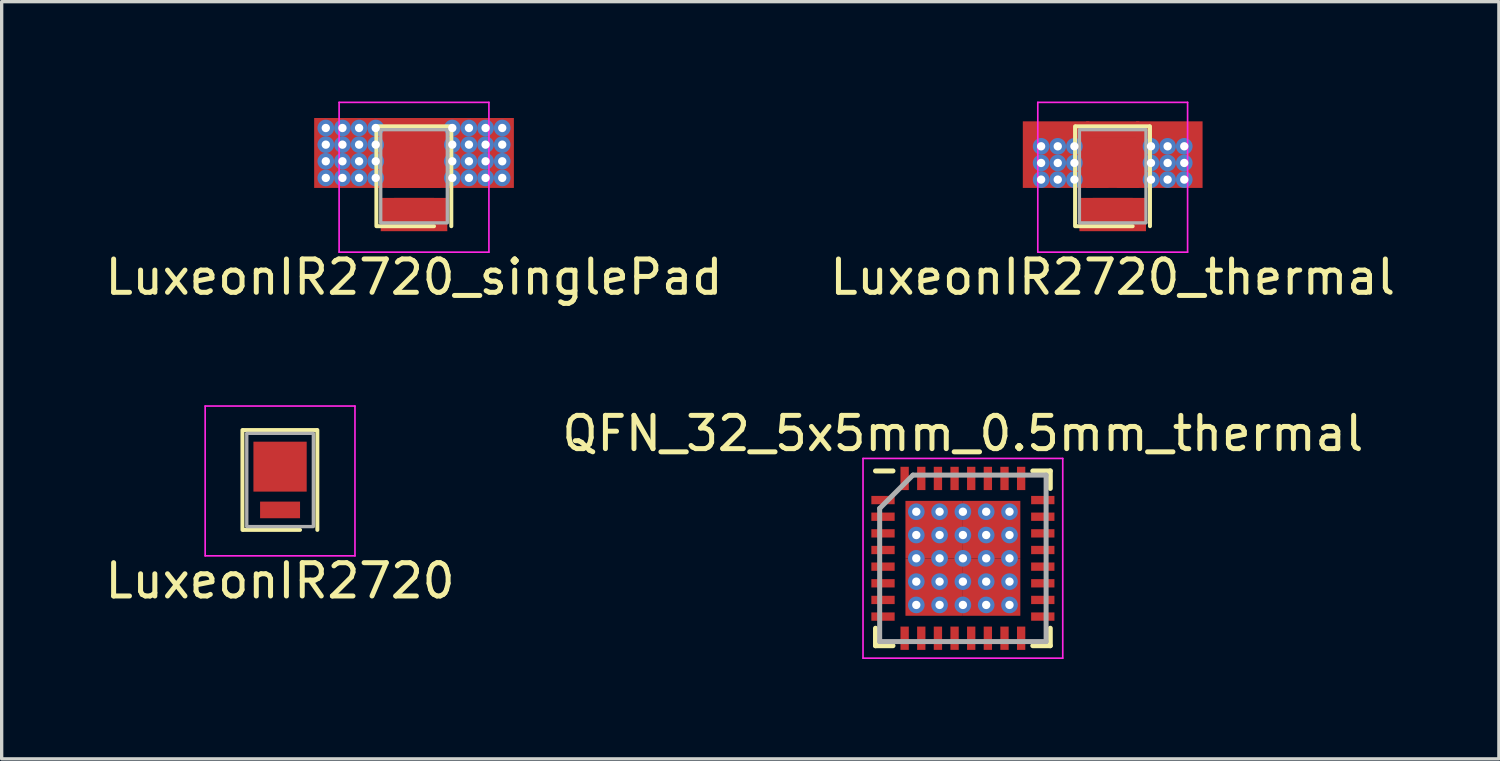
<source format=kicad_pcb>
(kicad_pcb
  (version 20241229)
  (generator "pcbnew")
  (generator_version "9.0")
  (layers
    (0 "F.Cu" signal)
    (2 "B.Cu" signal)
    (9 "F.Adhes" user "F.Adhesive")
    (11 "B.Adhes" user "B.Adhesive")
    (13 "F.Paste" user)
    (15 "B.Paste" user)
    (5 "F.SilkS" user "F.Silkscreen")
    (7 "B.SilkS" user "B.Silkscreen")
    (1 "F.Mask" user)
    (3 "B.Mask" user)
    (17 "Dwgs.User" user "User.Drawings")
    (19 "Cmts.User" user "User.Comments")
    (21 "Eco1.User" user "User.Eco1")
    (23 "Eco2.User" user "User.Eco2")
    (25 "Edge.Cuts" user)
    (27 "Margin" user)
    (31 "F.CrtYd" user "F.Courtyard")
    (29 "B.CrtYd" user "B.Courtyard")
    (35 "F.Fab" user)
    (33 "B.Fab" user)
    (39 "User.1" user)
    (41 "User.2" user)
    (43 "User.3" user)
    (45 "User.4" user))
  (footprint "QFN_32_5x5mm_0.5mm_thermal"
    (layer "F.Cu")
    (at 25.875 13.722)
    (property "Reference" "QFN_32_5x5mm_0.5mm_thermal" (at 0 -3.75 180) (layer "F.SilkS") (effects (font (size 1 1) (thickness 0.15))))
    (attr smd)
    (fp_line (start -2.625 -2.625) (end -2.1 -2.625) (stroke (width 0.15) (type solid)) (layer "F.SilkS"))
    (fp_line (start -2.625 2.625) (end -2.625 2.1) (stroke (width 0.15) (type solid)) (layer "F.SilkS"))
    (fp_line (start -2.625 2.625) (end -2.1 2.625) (stroke (width 0.15) (type solid)) (layer "F.SilkS"))
    (fp_line (start 2.625 -2.625) (end 2.1 -2.625) (stroke (width 0.15) (type solid)) (layer "F.SilkS"))
    (fp_line (start 2.625 -2.625) (end 2.625 -2.1) (stroke (width 0.15) (type solid)) (layer "F.SilkS"))
    (fp_line (start 2.625 2.625) (end 2.1 2.625) (stroke (width 0.15) (type solid)) (layer "F.SilkS"))
    (fp_line (start 2.625 2.625) (end 2.625 2.1) (stroke (width 0.15) (type solid)) (layer "F.SilkS"))
    (fp_line (start -3 -3) (end -3 3) (stroke (width 0.05) (type solid)) (layer "F.CrtYd"))
    (fp_line (start -3 -3) (end 3 -3) (stroke (width 0.05) (type solid)) (layer "F.CrtYd"))
    (fp_line (start -3 3) (end 3 3) (stroke (width 0.05) (type solid)) (layer "F.CrtYd"))
    (fp_line (start 3 -3) (end 3 3) (stroke (width 0.05) (type solid)) (layer "F.CrtYd"))
    (fp_line (start -2.5 -1.5) (end -1.5 -2.5) (stroke (width 0.15) (type solid)) (layer "F.Fab"))
    (fp_line (start -2.5 2.5) (end -2.5 -1.5) (stroke (width 0.15) (type solid)) (layer "F.Fab"))
    (fp_line (start -1.5 -2.5) (end 2.5 -2.5) (stroke (width 0.15) (type solid)) (layer "F.Fab"))
    (fp_line (start 2.5 -2.5) (end 2.5 2.5) (stroke (width 0.15) (type solid)) (layer "F.Fab"))
    (fp_line (start 2.5 2.5) (end -2.5 2.5) (stroke (width 0.15) (type solid)) (layer "F.Fab"))
    (pad "1" smd rect (at -2.4 -1.75) (size 0.7 0.25) (layers "F.Cu" "F.Mask" "F.Paste"))
    (pad "2" smd rect (at -2.4 -1.25) (size 0.7 0.25) (layers "F.Cu" "F.Mask" "F.Paste"))
    (pad "3" smd rect (at -2.4 -0.75) (size 0.7 0.25) (layers "F.Cu" "F.Mask" "F.Paste"))
    (pad "4" smd rect (at -2.4 -0.25) (size 0.7 0.25) (layers "F.Cu" "F.Mask" "F.Paste"))
    (pad "5" smd rect (at -2.4 0.25) (size 0.7 0.25) (layers "F.Cu" "F.Mask" "F.Paste"))
    (pad "6" smd rect (at -2.4 0.75) (size 0.7 0.25) (layers "F.Cu" "F.Mask" "F.Paste"))
    (pad "7" smd rect (at -2.4 1.25) (size 0.7 0.25) (layers "F.Cu" "F.Mask" "F.Paste"))
    (pad "8" smd rect (at -2.4 1.75) (size 0.7 0.25) (layers "F.Cu" "F.Mask" "F.Paste"))
    (pad "9" smd rect (at -1.75 2.4 90) (size 0.7 0.25) (layers "F.Cu" "F.Mask" "F.Paste"))
    (pad "10" smd rect (at -1.25 2.4 90) (size 0.7 0.25) (layers "F.Cu" "F.Mask" "F.Paste"))
    (pad "11" smd rect (at -0.75 2.4 90) (size 0.7 0.25) (layers "F.Cu" "F.Mask" "F.Paste"))
    (pad "12" smd rect (at -0.25 2.4 90) (size 0.7 0.25) (layers "F.Cu" "F.Mask" "F.Paste"))
    (pad "13" smd rect (at 0.25 2.4 90) (size 0.7 0.25) (layers "F.Cu" "F.Mask" "F.Paste"))
    (pad "14" smd rect (at 0.75 2.4 90) (size 0.7 0.25) (layers "F.Cu" "F.Mask" "F.Paste"))
    (pad "15" smd rect (at 1.25 2.4 90) (size 0.7 0.25) (layers "F.Cu" "F.Mask" "F.Paste"))
    (pad "16" smd rect (at 1.75 2.4 90) (size 0.7 0.25) (layers "F.Cu" "F.Mask" "F.Paste"))
    (pad "17" smd rect (at 2.4 1.75) (size 0.7 0.25) (layers "F.Cu" "F.Mask" "F.Paste"))
    (pad "18" smd rect (at 2.4 1.25) (size 0.7 0.25) (layers "F.Cu" "F.Mask" "F.Paste"))
    (pad "19" smd rect (at 2.4 0.75) (size 0.7 0.25) (layers "F.Cu" "F.Mask" "F.Paste"))
    (pad "20" smd rect (at 2.4 0.25) (size 0.7 0.25) (layers "F.Cu" "F.Mask" "F.Paste"))
    (pad "21" smd rect (at 2.4 -0.25) (size 0.7 0.25) (layers "F.Cu" "F.Mask" "F.Paste"))
    (pad "22" smd rect (at 2.4 -0.75) (size 0.7 0.25) (layers "F.Cu" "F.Mask" "F.Paste"))
    (pad "23" smd rect (at 2.4 -1.25) (size 0.7 0.25) (layers "F.Cu" "F.Mask" "F.Paste"))
    (pad "24" smd rect (at 2.4 -1.75) (size 0.7 0.25) (layers "F.Cu" "F.Mask" "F.Paste"))
    (pad "25" smd rect (at 1.75 -2.4 90) (size 0.7 0.25) (layers "F.Cu" "F.Mask" "F.Paste"))
    (pad "26" smd rect (at 1.25 -2.4 90) (size 0.7 0.25) (layers "F.Cu" "F.Mask" "F.Paste"))
    (pad "27" smd rect (at 0.75 -2.4 90) (size 0.7 0.25) (layers "F.Cu" "F.Mask" "F.Paste"))
    (pad "28" smd rect (at 0.25 -2.4 90) (size 0.7 0.25) (layers "F.Cu" "F.Mask" "F.Paste"))
    (pad "29" smd rect (at -0.25 -2.4 90) (size 0.7 0.25) (layers "F.Cu" "F.Mask" "F.Paste"))
    (pad "30" smd rect (at -0.75 -2.4 90) (size 0.7 0.25) (layers "F.Cu" "F.Mask" "F.Paste"))
    (pad "31" smd rect (at -1.25 -2.4 90) (size 0.7 0.25) (layers "F.Cu" "F.Mask" "F.Paste"))
    (pad "32" smd rect (at -1.75 -2.4 90) (size 0.7 0.25) (layers "F.Cu" "F.Mask" "F.Paste"))
    (pad "33" thru_hole circle (at -1.4 -1.4 90) (size 0.5 0.5) (drill 0.25) (layers "*.Cu" "*.Mask"))
    (pad "33" thru_hole circle (at -1.4 -0.7 90) (size 0.5 0.5) (drill 0.25) (layers "*.Cu" "*.Mask"))
    (pad "33" thru_hole circle (at -1.4 0 90) (size 0.5 0.5) (drill 0.25) (layers "*.Cu" "*.Mask"))
    (pad "33" thru_hole circle (at -1.4 0.7 90) (size 0.5 0.5) (drill 0.25) (layers "*.Cu" "*.Mask"))
    (pad "33" thru_hole circle (at -1.4 1.4 90) (size 0.5 0.5) (drill 0.25) (layers "*.Cu" "*.Mask"))
    (pad "33" smd rect (at -0.863 -0.863) (size 1.725 1.725) (layers "F.Cu" "F.Mask" "F.Paste"))
    (pad "33" smd rect (at -0.863 0.863) (size 1.725 1.725) (layers "F.Cu" "F.Mask" "F.Paste"))
    (pad "33" thru_hole circle (at -0.7 -1.4 90) (size 0.5 0.5) (drill 0.25) (layers "*.Cu" "*.Mask"))
    (pad "33" thru_hole circle (at -0.7 -0.7 90) (size 0.5 0.5) (drill 0.25) (layers "*.Cu" "*.Mask"))
    (pad "33" thru_hole circle (at -0.7 0 90) (size 0.5 0.5) (drill 0.25) (layers "*.Cu" "*.Mask"))
    (pad "33" thru_hole circle (at -0.7 0.7 90) (size 0.5 0.5) (drill 0.25) (layers "*.Cu" "*.Mask"))
    (pad "33" thru_hole circle (at -0.7 1.4 90) (size 0.5 0.5) (drill 0.25) (layers "*.Cu" "*.Mask"))
    (pad "33" thru_hole circle (at 0 -1.4 90) (size 0.5 0.5) (drill 0.25) (layers "*.Cu" "*.Mask"))
    (pad "33" thru_hole circle (at 0 -0.7) (size 0.5 0.5) (drill 0.25) (layers "*.Cu" "*.Mask"))
    (pad "33" thru_hole circle (at 0 0) (size 0.5 0.5) (drill 0.25) (layers "*.Cu" "*.Mask"))
    (pad "33" thru_hole circle (at 0 0.7) (size 0.5 0.5) (drill 0.25) (layers "*.Cu" "*.Mask"))
    (pad "33" thru_hole circle (at 0 1.4) (size 0.5 0.5) (drill 0.25) (layers "*.Cu" "*.Mask"))
    (pad "33" thru_hole circle (at 0.7 -1.4 90) (size 0.5 0.5) (drill 0.25) (layers "*.Cu" "*.Mask"))
    (pad "33" thru_hole circle (at 0.7 -0.7 90) (size 0.5 0.5) (drill 0.25) (layers "*.Cu" "*.Mask"))
    (pad "33" thru_hole circle (at 0.7 0 90) (size 0.5 0.5) (drill 0.25) (layers "*.Cu" "*.Mask"))
    (pad "33" thru_hole circle (at 0.7 0.7 90) (size 0.5 0.5) (drill 0.25) (layers "*.Cu" "*.Mask"))
    (pad "33" thru_hole circle (at 0.7 1.4 90) (size 0.5 0.5) (drill 0.25) (layers "*.Cu" "*.Mask"))
    (pad "33" smd rect (at 0.863 -0.863) (size 1.725 1.725) (layers "F.Cu" "F.Mask" "F.Paste"))
    (pad "33" smd rect (at 0.863 0.863) (size 1.725 1.725) (layers "F.Cu" "F.Mask" "F.Paste"))
    (pad "33" thru_hole circle (at 1.4 -1.4 90) (size 0.5 0.5) (drill 0.25) (layers "*.Cu" "*.Mask"))
    (pad "33" thru_hole circle (at 1.4 -0.7 90) (size 0.5 0.5) (drill 0.25) (layers "*.Cu" "*.Mask"))
    (pad "33" thru_hole circle (at 1.4 0 90) (size 0.5 0.5) (drill 0.25) (layers "*.Cu" "*.Mask"))
    (pad "33" thru_hole circle (at 1.4 0.7 90) (size 0.5 0.5) (drill 0.25) (layers "*.Cu" "*.Mask"))
    (pad "33" thru_hole circle (at 1.4 1.4 90) (size 0.5 0.5) (drill 0.25) (layers "*.Cu" "*.Mask")))
  (footprint "LuxeonIR2720"
    (layer "F.Cu")
    (at 5.363 11.818)
    (property "Reference" "LuxeonIR2720" (at 0 2.58 0) (layer "F.SilkS") (effects (font (size 1 1) (thickness 0.15))))
    (attr smd)
    (fp_line (start -1.13 1.05) (end -1.13 -1.95) (stroke (width 0.12) (type solid)) (layer "F.SilkS"))
    (fp_line (start -1.1 -1.95) (end 1.1 -1.95) (stroke (width 0.12) (type solid)) (layer "F.SilkS"))
    (fp_line (start 0.6 1.05) (end -1.1 1.05) (stroke (width 0.12) (type solid)) (layer "F.SilkS"))
    (fp_line (start 1.12 1.05) (end 1.12 -1.95) (stroke (width 0.12) (type solid)) (layer "F.SilkS"))
    (fp_line (start -2.25 -2.67) (end 2.25 -2.67) (stroke (width 0.05) (type solid)) (layer "F.CrtYd"))
    (fp_line (start -2.25 1.83) (end -2.25 -2.67) (stroke (width 0.05) (type solid)) (layer "F.CrtYd"))
    (fp_line (start 2.25 -2.67) (end 2.25 1.83) (stroke (width 0.05) (type solid)) (layer "F.CrtYd"))
    (fp_line (start 2.25 1.83) (end -2.25 1.83) (stroke (width 0.05) (type solid)) (layer "F.CrtYd"))
    (fp_line (start -1 -1.85) (end 1 -1.85) (stroke (width 0.1) (type solid)) (layer "F.Fab"))
    (fp_line (start -1 -1.825) (end -1 0.925) (stroke (width 0.1) (type solid)) (layer "F.Fab"))
    (fp_line (start -1 0.95) (end 1 0.95) (stroke (width 0.1) (type solid)) (layer "F.Fab"))
    (fp_line (start 1 -1.825) (end 1 0.925) (stroke (width 0.1) (type solid)) (layer "F.Fab"))
    (pad "1" smd rect (at 0 0.45) (size 1.2 0.5) (layers "F.Cu" "F.Mask" "F.Paste"))
    (pad "2" smd rect (at 0 -0.85) (size 1.6 1.5) (layers "F.Cu" "F.Mask" "F.Paste")))
  (footprint "LuxeonIR2720_singlePad"
    (layer "F.Cu")
    (at 9.387 2.695)
    (property "Reference" "LuxeonIR2720_singlePad" (at 0 2.58 0) (layer "F.SilkS") (effects (font (size 1 1) (thickness 0.15))))
    (attr smd)
    (fp_line (start -1.13 1.05) (end -1.13 -1.95) (stroke (width 0.12) (type solid)) (layer "F.SilkS"))
    (fp_line (start -1.1 -1.95) (end 1.1 -1.95) (stroke (width 0.12) (type solid)) (layer "F.SilkS"))
    (fp_line (start 0.6 1.05) (end -1.1 1.05) (stroke (width 0.12) (type solid)) (layer "F.SilkS"))
    (fp_line (start 1.12 1.05) (end 1.12 -1.95) (stroke (width 0.12) (type solid)) (layer "F.SilkS"))
    (fp_line (start -2.25 -2.67) (end 2.25 -2.67) (stroke (width 0.05) (type solid)) (layer "F.CrtYd"))
    (fp_line (start -2.25 1.83) (end -2.25 -2.67) (stroke (width 0.05) (type solid)) (layer "F.CrtYd"))
    (fp_line (start 2.25 -2.67) (end 2.25 1.83) (stroke (width 0.05) (type solid)) (layer "F.CrtYd"))
    (fp_line (start 2.25 1.83) (end -2.25 1.83) (stroke (width 0.05) (type solid)) (layer "F.CrtYd"))
    (fp_line (start -1 -1.85) (end 1 -1.85) (stroke (width 0.1) (type solid)) (layer "F.Fab"))
    (fp_line (start -1 -1.825) (end -1 0.925) (stroke (width 0.1) (type solid)) (layer "F.Fab"))
    (fp_line (start -1 0.95) (end 1 0.95) (stroke (width 0.1) (type solid)) (layer "F.Fab"))
    (fp_line (start 1 -1.825) (end 1 0.925) (stroke (width 0.1) (type solid)) (layer "F.Fab"))
    (pad "1" smd rect (at 0 0.45) (size 1.2 0.5) (layers "F.Cu" "F.Mask" "F.Paste"))
    (pad "1" smd rect (at 0 0.7) (size 2 1) (layers "F.Cu"))
    (pad "2" thru_hole circle (at -2.65 -1.9) (size 0.5 0.5) (drill 0.25) (layers "*.Cu" "*.Mask"))
    (pad "2" thru_hole circle (at -2.65 -1.4) (size 0.5 0.5) (drill 0.25) (layers "*.Cu" "*.Mask"))
    (pad "2" thru_hole circle (at -2.65 -0.9) (size 0.5 0.5) (drill 0.25) (layers "*.Cu" "*.Mask"))
    (pad "2" thru_hole circle (at -2.65 -0.4) (size 0.5 0.5) (drill 0.25) (layers "*.Cu" "*.Mask"))
    (pad "2" thru_hole circle (at -2.15 -1.9) (size 0.5 0.5) (drill 0.25) (layers "*.Cu" "*.Mask"))
    (pad "2" thru_hole circle (at -2.15 -1.4) (size 0.5 0.5) (drill 0.25) (layers "*.Cu" "*.Mask"))
    (pad "2" thru_hole circle (at -2.15 -0.9) (size 0.5 0.5) (drill 0.25) (layers "*.Cu" "*.Mask"))
    (pad "2" thru_hole circle (at -2.15 -0.4) (size 0.5 0.5) (drill 0.25) (layers "*.Cu" "*.Mask"))
    (pad "2" thru_hole circle (at -1.65 -1.9) (size 0.5 0.5) (drill 0.25) (layers "*.Cu" "*.Mask"))
    (pad "2" thru_hole circle (at -1.65 -1.4) (size 0.5 0.5) (drill 0.25) (layers "*.Cu" "*.Mask"))
    (pad "2" thru_hole circle (at -1.65 -0.9) (size 0.5 0.5) (drill 0.25) (layers "*.Cu" "*.Mask"))
    (pad "2" thru_hole circle (at -1.65 -0.4) (size 0.5 0.5) (drill 0.25) (layers "*.Cu" "*.Mask"))
    (pad "2" thru_hole circle (at -1.15 -1.9) (size 0.5 0.5) (drill 0.25) (layers "*.Cu" "*.Mask"))
    (pad "2" thru_hole circle (at -1.15 -1.4) (size 0.5 0.5) (drill 0.25) (layers "*.Cu" "*.Mask"))
    (pad "2" thru_hole circle (at -1.15 -0.9) (size 0.5 0.5) (drill 0.25) (layers "*.Cu" "*.Mask"))
    (pad "2" thru_hole circle (at -1.15 -0.4) (size 0.5 0.5) (drill 0.25) (layers "*.Cu" "*.Mask"))
    (pad "2" smd rect (at -0.45 -0.85) (size 0.65 1.5) (layers "F.Cu" "F.Mask" "F.Paste"))
    (pad "2" smd rect (at 0 -1.85) (size 1.6 0.5) (layers "F.Cu"))
    (pad "2" smd rect (at 0 -1.15) (size 6 2.1) (layers "F.Cu"))
    (pad "2" smd rect (at 0 -0.85) (size 1.6 1.5) (layers "F.Cu" "F.Mask"))
    (pad "2" smd rect (at 0.45 -0.85) (size 0.65 1.5) (layers "F.Cu" "F.Mask" "F.Paste"))
    (pad "2" thru_hole circle (at 1.15 -1.9) (size 0.5 0.5) (drill 0.25) (layers "*.Cu" "*.Mask"))
    (pad "2" thru_hole circle (at 1.15 -1.4) (size 0.5 0.5) (drill 0.25) (layers "*.Cu" "*.Mask"))
    (pad "2" thru_hole circle (at 1.15 -0.9) (size 0.5 0.5) (drill 0.25) (layers "*.Cu" "*.Mask"))
    (pad "2" thru_hole circle (at 1.15 -0.4) (size 0.5 0.5) (drill 0.25) (layers "*.Cu" "*.Mask"))
    (pad "2" thru_hole circle (at 1.65 -1.9) (size 0.5 0.5) (drill 0.25) (layers "*.Cu" "*.Mask"))
    (pad "2" thru_hole circle (at 1.65 -1.4) (size 0.5 0.5) (drill 0.25) (layers "*.Cu" "*.Mask"))
    (pad "2" thru_hole circle (at 1.65 -0.9) (size 0.5 0.5) (drill 0.25) (layers "*.Cu" "*.Mask"))
    (pad "2" thru_hole circle (at 1.65 -0.4) (size 0.5 0.5) (drill 0.25) (layers "*.Cu" "*.Mask"))
    (pad "2" thru_hole circle (at 2.15 -1.9) (size 0.5 0.5) (drill 0.25) (layers "*.Cu" "*.Mask"))
    (pad "2" thru_hole circle (at 2.15 -1.4) (size 0.5 0.5) (drill 0.25) (layers "*.Cu" "*.Mask"))
    (pad "2" thru_hole circle (at 2.15 -0.9) (size 0.5 0.5) (drill 0.25) (layers "*.Cu" "*.Mask"))
    (pad "2" thru_hole circle (at 2.15 -0.4) (size 0.5 0.5) (drill 0.25) (layers "*.Cu" "*.Mask"))
    (pad "2" thru_hole circle (at 2.65 -1.9) (size 0.5 0.5) (drill 0.25) (layers "*.Cu" "*.Mask"))
    (pad "2" thru_hole circle (at 2.65 -1.4) (size 0.5 0.5) (drill 0.25) (layers "*.Cu" "*.Mask"))
    (pad "2" thru_hole circle (at 2.65 -0.9) (size 0.5 0.5) (drill 0.25) (layers "*.Cu" "*.Mask"))
    (pad "2" thru_hole circle (at 2.65 -0.4) (size 0.5 0.5) (drill 0.25) (layers "*.Cu" "*.Mask")))
  (footprint "LuxeonIR2720_thermal"
    (layer "F.Cu")
    (at 30.375 2.695)
    (property "Reference" "LuxeonIR2720_thermal" (at 0 2.58 0) (layer "F.SilkS") (effects (font (size 1 1) (thickness 0.15))))
    (attr smd)
    (fp_line (start -1.13 1.05) (end -1.13 -1.95) (stroke (width 0.12) (type solid)) (layer "F.SilkS"))
    (fp_line (start -1.1 -1.95) (end 1.1 -1.95) (stroke (width 0.12) (type solid)) (layer "F.SilkS"))
    (fp_line (start 0.6 1.05) (end -1.1 1.05) (stroke (width 0.12) (type solid)) (layer "F.SilkS"))
    (fp_line (start 1.12 1.05) (end 1.12 -1.95) (stroke (width 0.12) (type solid)) (layer "F.SilkS"))
    (fp_line (start -2.25 -2.67) (end 2.25 -2.67) (stroke (width 0.05) (type solid)) (layer "F.CrtYd"))
    (fp_line (start -2.25 1.83) (end -2.25 -2.67) (stroke (width 0.05) (type solid)) (layer "F.CrtYd"))
    (fp_line (start 2.25 -2.67) (end 2.25 1.83) (stroke (width 0.05) (type solid)) (layer "F.CrtYd"))
    (fp_line (start 2.25 1.83) (end -2.25 1.83) (stroke (width 0.05) (type solid)) (layer "F.CrtYd"))
    (fp_line (start -1 -1.85) (end 1 -1.85) (stroke (width 0.1) (type solid)) (layer "F.Fab"))
    (fp_line (start -1 -1.825) (end -1 0.925) (stroke (width 0.1) (type solid)) (layer "F.Fab"))
    (fp_line (start -1 0.95) (end 1 0.95) (stroke (width 0.1) (type solid)) (layer "F.Fab"))
    (fp_line (start 1 -1.825) (end 1 0.925) (stroke (width 0.1) (type solid)) (layer "F.Fab"))
    (pad "1" smd rect (at 0 0.45) (size 1.2 0.5) (layers "F.Cu" "F.Mask" "F.Paste"))
    (pad "1" smd rect (at 0 0.7) (size 2 1) (layers "F.Cu"))
    (pad "2" thru_hole circle (at -2.15 -1.35) (size 0.5 0.5) (drill 0.25) (layers "*.Cu" "*.Mask"))
    (pad "2" thru_hole circle (at -2.15 -0.85) (size 0.5 0.5) (drill 0.25) (layers "*.Cu" "*.Mask"))
    (pad "2" thru_hole circle (at -2.15 -0.35) (size 0.5 0.5) (drill 0.25) (layers "*.Cu" "*.Mask"))
    (pad "2" smd rect (at -1.7 -1.1) (size 2 2) (layers "F.Cu"))
    (pad "2" thru_hole circle (at -1.65 -1.35) (size 0.5 0.5) (drill 0.25) (layers "*.Cu" "*.Mask"))
    (pad "2" thru_hole circle (at -1.65 -0.85) (size 0.5 0.5) (drill 0.25) (layers "*.Cu" "*.Mask"))
    (pad "2" thru_hole circle (at -1.65 -0.35) (size 0.5 0.5) (drill 0.25) (layers "*.Cu" "*.Mask"))
    (pad "2" thru_hole circle (at -1.15 -1.35) (size 0.5 0.5) (drill 0.25) (layers "*.Cu" "*.Mask"))
    (pad "2" thru_hole circle (at -1.15 -0.85) (size 0.5 0.5) (drill 0.25) (layers "*.Cu" "*.Mask"))
    (pad "2" thru_hole circle (at -1.15 -0.35) (size 0.5 0.5) (drill 0.25) (layers "*.Cu" "*.Mask"))
    (pad "2" smd rect (at -0.45 -0.85) (size 0.65 1.5) (layers "F.Cu" "F.Mask" "F.Paste"))
    (pad "2" smd rect (at 0 -1.85) (size 1.6 0.5) (layers "F.Cu"))
    (pad "2" smd rect (at 0 -0.85) (size 1.6 1.5) (layers "F.Cu" "F.Mask"))
    (pad "2" smd rect (at 0.45 -0.85) (size 0.65 1.5) (layers "F.Cu" "F.Mask" "F.Paste"))
    (pad "2" thru_hole circle (at 1.15 -1.35) (size 0.5 0.5) (drill 0.25) (layers "*.Cu" "*.Mask"))
    (pad "2" thru_hole circle (at 1.15 -0.85) (size 0.5 0.5) (drill 0.25) (layers "*.Cu" "*.Mask"))
    (pad "2" thru_hole circle (at 1.15 -0.35) (size 0.5 0.5) (drill 0.25) (layers "*.Cu" "*.Mask"))
    (pad "2" thru_hole circle (at 1.65 -1.35) (size 0.5 0.5) (drill 0.25) (layers "*.Cu" "*.Mask"))
    (pad "2" thru_hole circle (at 1.65 -0.85) (size 0.5 0.5) (drill 0.25) (layers "*.Cu" "*.Mask"))
    (pad "2" thru_hole circle (at 1.65 -0.35) (size 0.5 0.5) (drill 0.25) (layers "*.Cu" "*.Mask"))
    (pad "2" smd rect (at 1.7 -1.1) (size 2 2) (layers "F.Cu"))
    (pad "2" thru_hole circle (at 2.15 -1.35) (size 0.5 0.5) (drill 0.25) (layers "*.Cu" "*.Mask"))
    (pad "2" thru_hole circle (at 2.15 -0.85) (size 0.5 0.5) (drill 0.25) (layers "*.Cu" "*.Mask"))
    (pad "2" thru_hole circle (at 2.15 -0.35) (size 0.5 0.5) (drill 0.25) (layers "*.Cu" "*.Mask")))
  (gr_rect
    (start -3 -3)
    (end 41.976 19.747)
    (stroke (width 0.1) (type default))
    (fill no)
    (layer "Edge.Cuts")))
</source>
